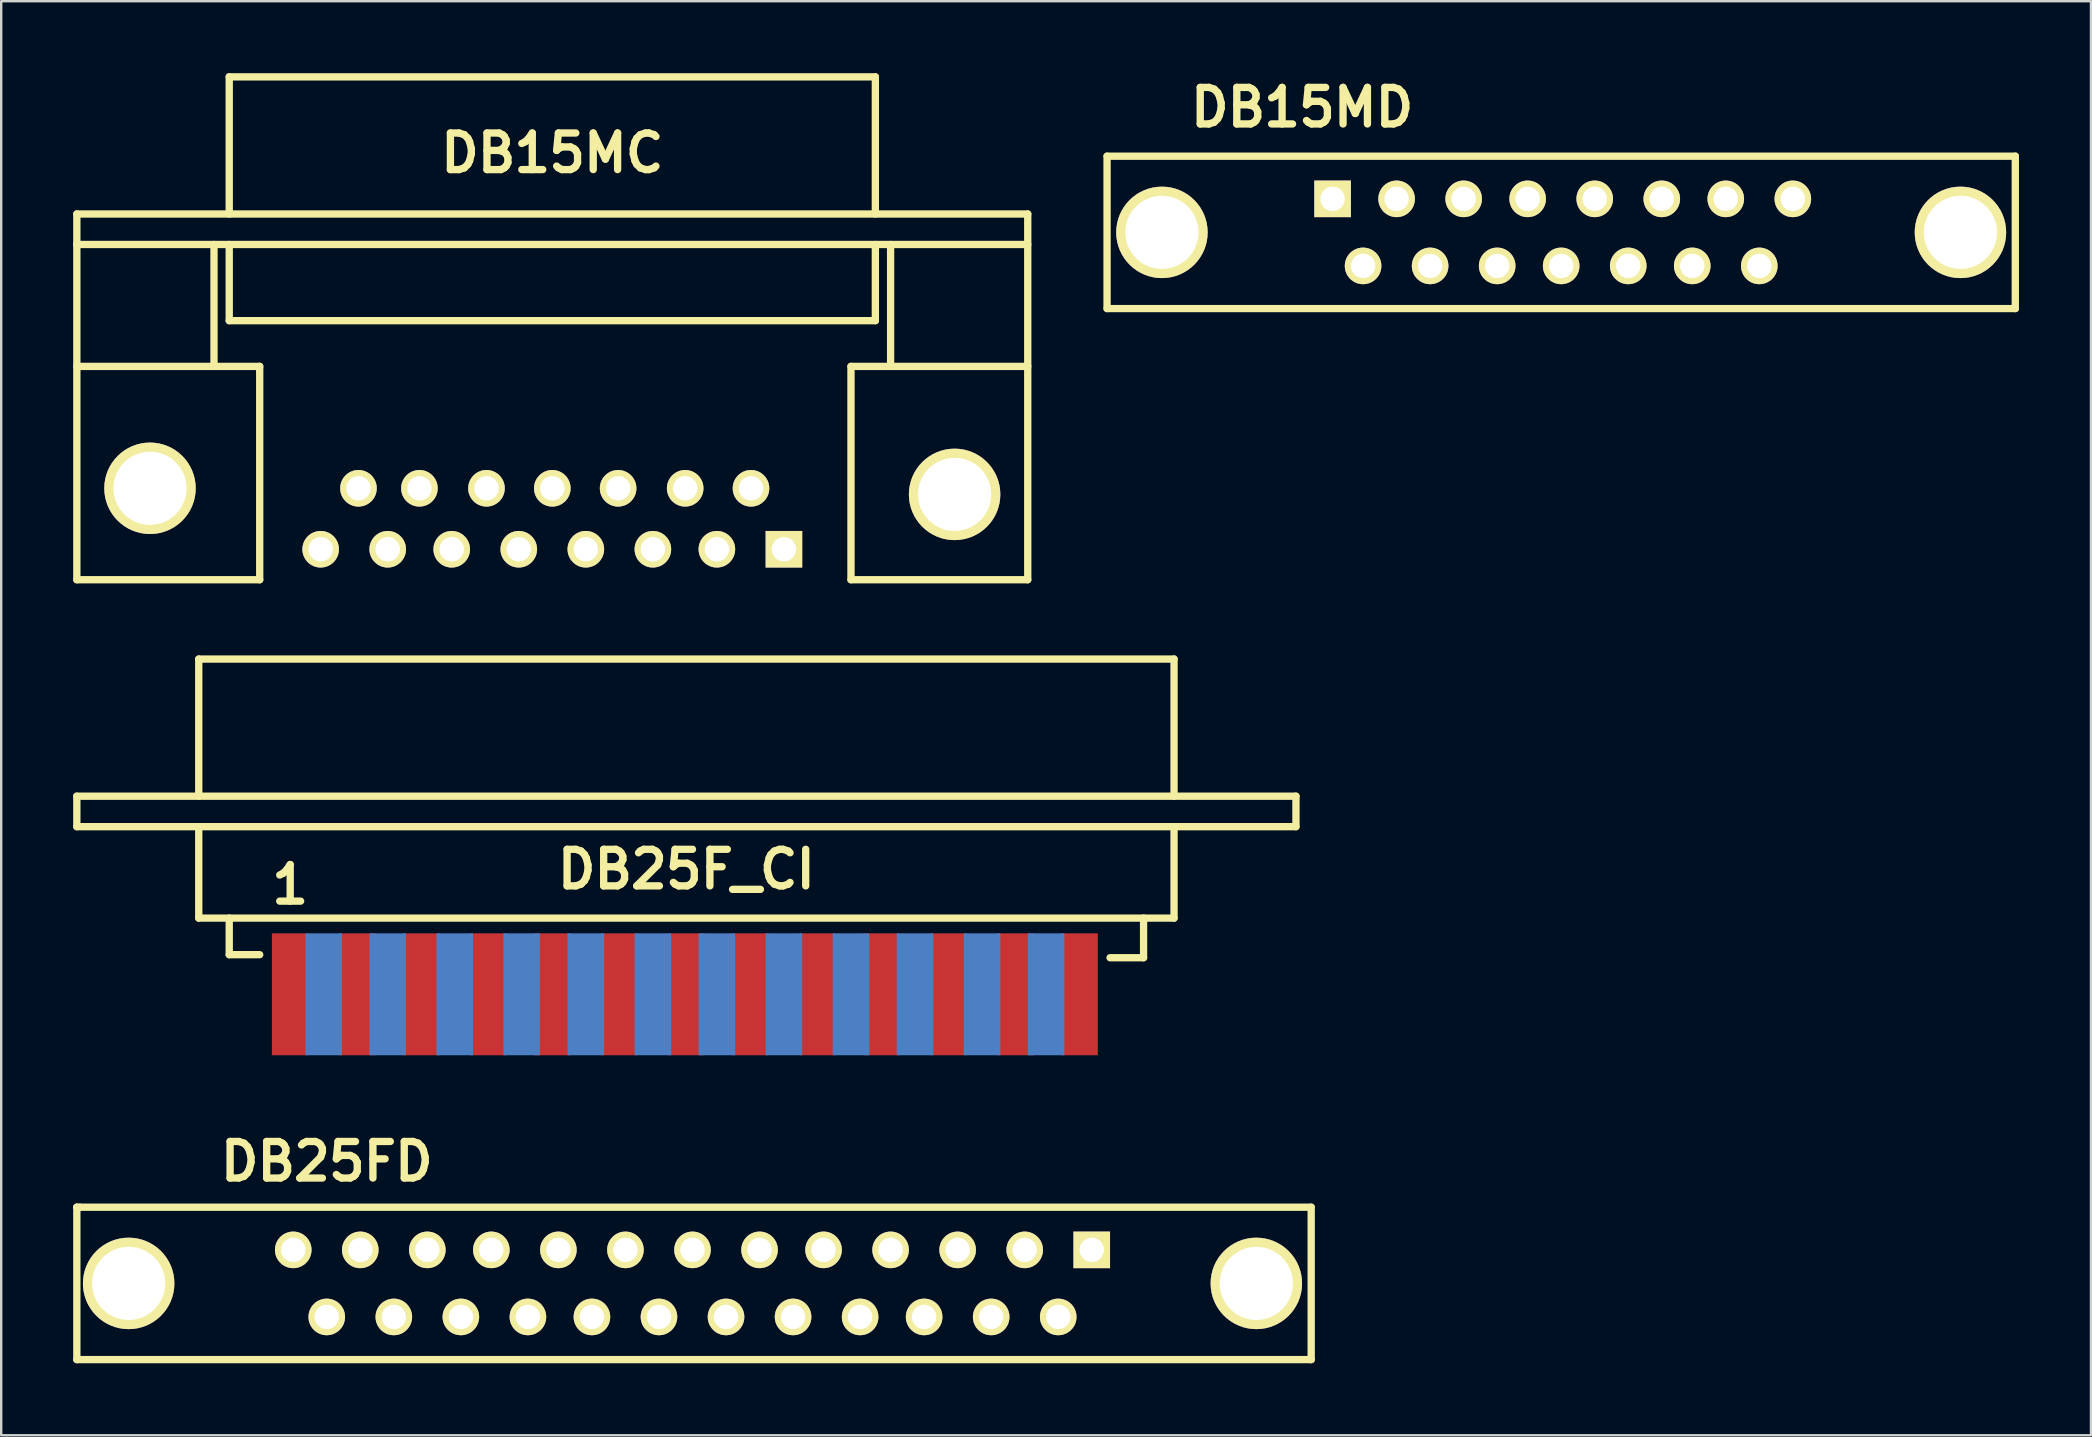
<source format=kicad_pcb>
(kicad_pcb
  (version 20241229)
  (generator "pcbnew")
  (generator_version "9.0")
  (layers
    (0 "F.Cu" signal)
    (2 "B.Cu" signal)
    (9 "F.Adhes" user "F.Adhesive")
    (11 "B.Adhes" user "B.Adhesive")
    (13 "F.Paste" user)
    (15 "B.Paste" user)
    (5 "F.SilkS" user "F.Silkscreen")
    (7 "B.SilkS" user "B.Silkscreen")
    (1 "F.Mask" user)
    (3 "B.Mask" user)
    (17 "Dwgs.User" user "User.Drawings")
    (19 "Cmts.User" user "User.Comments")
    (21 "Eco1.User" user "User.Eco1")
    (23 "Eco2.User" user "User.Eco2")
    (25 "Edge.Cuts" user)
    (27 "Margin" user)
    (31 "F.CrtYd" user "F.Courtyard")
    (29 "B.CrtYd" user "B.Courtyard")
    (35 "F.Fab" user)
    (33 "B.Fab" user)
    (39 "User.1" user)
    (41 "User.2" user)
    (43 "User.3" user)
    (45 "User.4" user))
  (footprint "DB25F_CI"
    (layer "F.Cu")
    (at 25.552 35.715)
    (property "Reference" "DB25F_CI" (at 0 -2.54 180) (layer "F.SilkS") (effects (font (size 1.524 1.524) (thickness 0.305))))
    (attr through_hole)
    (fp_line (start -25.4 -5.588) (end 25.4 -5.588) (stroke (width 0.305) (type solid)) (layer "F.SilkS"))
    (fp_line (start -25.4 -4.318) (end -25.4 -5.588) (stroke (width 0.305) (type solid)) (layer "F.SilkS"))
    (fp_line (start -20.32 -11.303) (end 20.32 -11.303) (stroke (width 0.305) (type solid)) (layer "F.SilkS"))
    (fp_line (start -20.32 -5.588) (end -20.32 -11.303) (stroke (width 0.305) (type solid)) (layer "F.SilkS"))
    (fp_line (start -20.32 -4.318) (end -25.4 -4.318) (stroke (width 0.305) (type solid)) (layer "F.SilkS"))
    (fp_line (start -20.32 -4.318) (end 20.32 -4.318) (stroke (width 0.305) (type solid)) (layer "F.SilkS"))
    (fp_line (start -20.32 -0.508) (end -20.32 -4.318) (stroke (width 0.305) (type solid)) (layer "F.SilkS"))
    (fp_line (start -19.05 -0.508) (end -19.05 1.016) (stroke (width 0.305) (type solid)) (layer "F.SilkS"))
    (fp_line (start -19.05 1.016) (end -17.78 1.016) (stroke (width 0.305) (type solid)) (layer "F.SilkS"))
    (fp_line (start 19.05 -0.508) (end 19.05 1.143) (stroke (width 0.305) (type solid)) (layer "F.SilkS"))
    (fp_line (start 19.05 1.143) (end 17.653 1.143) (stroke (width 0.305) (type solid)) (layer "F.SilkS"))
    (fp_line (start 20.32 -11.303) (end 20.32 -5.588) (stroke (width 0.305) (type solid)) (layer "F.SilkS"))
    (fp_line (start 20.32 -4.318) (end 20.32 -0.508) (stroke (width 0.305) (type solid)) (layer "F.SilkS"))
    (fp_line (start 20.32 -0.508) (end -20.32 -0.508) (stroke (width 0.305) (type solid)) (layer "F.SilkS"))
    (fp_line (start 25.4 -5.588) (end 25.4 -4.318) (stroke (width 0.305) (type solid)) (layer "F.SilkS"))
    (fp_line (start 25.4 -4.318) (end 20.32 -4.318) (stroke (width 0.305) (type solid)) (layer "F.SilkS"))
    (fp_text user "1" (at -16.51 -1.905 180) (layer "F.SilkS") (effects (font (size 1.524 1.524) (thickness 0.305))))
    (pad "1" connect rect (at -16.51 2.667 90) (size 5.08 1.524) (layers "F.Cu" "F.Mask"))
    (pad "2" connect rect (at -13.716 2.667 90) (size 5.08 1.524) (layers "F.Cu" "F.Mask"))
    (pad "3" connect rect (at -11.049 2.667 90) (size 5.08 1.524) (layers "F.Cu" "F.Mask"))
    (pad "4" connect rect (at -8.255 2.667 90) (size 5.08 1.524) (layers "F.Cu" "F.Mask"))
    (pad "5" connect rect (at -5.588 2.667 90) (size 5.08 1.524) (layers "F.Cu" "F.Mask"))
    (pad "6" connect rect (at -2.794 2.667 90) (size 5.08 1.524) (layers "F.Cu" "F.Mask"))
    (pad "7" connect rect (at 0 2.667 90) (size 5.08 1.524) (layers "F.Cu" "F.Mask"))
    (pad "8" connect rect (at 2.667 2.667 90) (size 5.08 1.524) (layers "F.Cu" "F.Mask"))
    (pad "9" connect rect (at 5.461 2.667 90) (size 5.08 1.524) (layers "F.Cu" "F.Mask"))
    (pad "10" connect rect (at 8.128 2.667 90) (size 5.08 1.524) (layers "F.Cu" "F.Mask"))
    (pad "11" connect rect (at 10.922 2.667 90) (size 5.08 1.524) (layers "F.Cu" "F.Mask"))
    (pad "12" connect rect (at 13.716 2.667 90) (size 5.08 1.524) (layers "F.Cu" "F.Mask"))
    (pad "13" connect rect (at 16.383 2.667 90) (size 5.08 1.524) (layers "F.Cu" "F.Mask"))
    (pad "14" connect rect (at -15.113 2.667 90) (size 5.08 1.524) (layers "B.Cu" "B.Mask"))
    (pad "15" connect rect (at -12.446 2.667 90) (size 5.08 1.524) (layers "B.Cu" "B.Mask"))
    (pad "16" connect rect (at -9.652 2.667 90) (size 5.08 1.524) (layers "B.Cu" "B.Mask"))
    (pad "17" connect rect (at -6.858 2.667 90) (size 5.08 1.524) (layers "B.Cu" "B.Mask"))
    (pad "18" connect rect (at -4.191 2.667 90) (size 5.08 1.524) (layers "B.Cu" "B.Mask"))
    (pad "19" connect rect (at -1.397 2.667 90) (size 5.08 1.524) (layers "B.Cu" "B.Mask"))
    (pad "20" connect rect (at 1.27 2.667 90) (size 5.08 1.524) (layers "B.Cu" "B.Mask"))
    (pad "21" connect rect (at 4.064 2.667 90) (size 5.08 1.524) (layers "B.Cu" "B.Mask"))
    (pad "22" connect rect (at 6.858 2.667 90) (size 5.08 1.524) (layers "B.Cu" "B.Mask"))
    (pad "23" connect rect (at 9.525 2.667 90) (size 5.08 1.524) (layers "B.Cu" "B.Mask"))
    (pad "24" connect rect (at 12.319 2.667 90) (size 5.08 1.524) (layers "B.Cu" "B.Mask"))
    (pad "25" connect rect (at 14.986 2.667 90) (size 5.08 1.524) (layers "B.Cu" "B.Mask")))
  (footprint "DB15MC"
    (layer "F.Cu")
    (at 19.964 18.567)
    (property "Reference" "DB15MC" (at 0 -15.24 0) (layer "F.SilkS") (effects (font (size 1.524 1.524) (thickness 0.305))))
    (attr through_hole)
    (fp_line (start -19.812 -12.7) (end -19.812 -11.43) (stroke (width 0.305) (type solid)) (layer "F.SilkS"))
    (fp_line (start -19.812 -6.35) (end -12.192 -6.35) (stroke (width 0.305) (type solid)) (layer "F.SilkS"))
    (fp_line (start -19.812 2.54) (end -19.812 -11.43) (stroke (width 0.305) (type solid)) (layer "F.SilkS"))
    (fp_line (start -19.812 2.54) (end -12.192 2.54) (stroke (width 0.305) (type solid)) (layer "F.SilkS"))
    (fp_line (start -14.097 -11.43) (end -14.097 -6.35) (stroke (width 0.305) (type solid)) (layer "F.SilkS"))
    (fp_line (start -13.462 -18.415) (end -13.462 -12.7) (stroke (width 0.305) (type solid)) (layer "F.SilkS"))
    (fp_line (start -13.462 -18.415) (end 13.462 -18.415) (stroke (width 0.305) (type solid)) (layer "F.SilkS"))
    (fp_line (start -13.462 -8.255) (end -13.462 -11.43) (stroke (width 0.305) (type solid)) (layer "F.SilkS"))
    (fp_line (start -12.192 -6.35) (end -12.192 2.54) (stroke (width 0.305) (type solid)) (layer "F.SilkS"))
    (fp_line (start 12.446 -6.35) (end 19.812 -6.35) (stroke (width 0.305) (type solid)) (layer "F.SilkS"))
    (fp_line (start 12.446 2.54) (end 12.446 -6.35) (stroke (width 0.305) (type solid)) (layer "F.SilkS"))
    (fp_line (start 13.462 -12.7) (end 13.462 -18.415) (stroke (width 0.305) (type solid)) (layer "F.SilkS"))
    (fp_line (start 13.462 -8.255) (end -13.462 -8.255) (stroke (width 0.305) (type solid)) (layer "F.SilkS"))
    (fp_line (start 13.462 -8.255) (end 13.462 -11.43) (stroke (width 0.305) (type solid)) (layer "F.SilkS"))
    (fp_line (start 14.097 -6.35) (end 14.097 -11.43) (stroke (width 0.305) (type solid)) (layer "F.SilkS"))
    (fp_line (start 19.812 -12.7) (end -19.812 -12.7) (stroke (width 0.305) (type solid)) (layer "F.SilkS"))
    (fp_line (start 19.812 -11.43) (end -19.812 -11.43) (stroke (width 0.305) (type solid)) (layer "F.SilkS"))
    (fp_line (start 19.812 2.54) (end 12.446 2.54) (stroke (width 0.305) (type solid)) (layer "F.SilkS"))
    (fp_line (start 19.812 2.54) (end 19.812 -12.7) (stroke (width 0.305) (type solid)) (layer "F.SilkS"))
    (pad "" thru_hole circle (at -16.764 -1.27) (size 3.81 3.81) (drill 3.048) (layers "*.Cu" "*.Mask" "F.SilkS"))
    (pad "" thru_hole circle (at 16.764 -1.016) (size 3.81 3.81) (drill 3.048) (layers "*.Cu" "*.Mask" "F.SilkS"))
    (pad "1" thru_hole rect (at 9.652 1.27) (size 1.524 1.524) (drill 1.016) (layers "*.Cu" "*.Mask" "F.SilkS"))
    (pad "2" thru_hole circle (at 6.858 1.27) (size 1.524 1.524) (drill 1.016) (layers "*.Cu" "*.Mask" "F.SilkS"))
    (pad "3" thru_hole circle (at 4.191 1.27) (size 1.524 1.524) (drill 1.016) (layers "*.Cu" "*.Mask" "F.SilkS"))
    (pad "4" thru_hole circle (at 1.397 1.27) (size 1.524 1.524) (drill 1.016) (layers "*.Cu" "*.Mask" "F.SilkS"))
    (pad "5" thru_hole circle (at -1.397 1.27) (size 1.524 1.524) (drill 1.016) (layers "*.Cu" "*.Mask" "F.SilkS"))
    (pad "6" thru_hole circle (at -4.191 1.27) (size 1.524 1.524) (drill 1.016) (layers "*.Cu" "*.Mask" "F.SilkS"))
    (pad "7" thru_hole circle (at -6.858 1.27) (size 1.524 1.524) (drill 1.016) (layers "*.Cu" "*.Mask" "F.SilkS"))
    (pad "8" thru_hole circle (at -9.652 1.27) (size 1.524 1.524) (drill 1.016) (layers "*.Cu" "*.Mask" "F.SilkS"))
    (pad "9" thru_hole circle (at 8.28 -1.27) (size 1.524 1.524) (drill 1.016) (layers "*.Cu" "*.Mask" "F.SilkS"))
    (pad "10" thru_hole circle (at 5.537 -1.27) (size 1.524 1.524) (drill 1.016) (layers "*.Cu" "*.Mask" "F.SilkS"))
    (pad "11" thru_hole circle (at 2.743 -1.27) (size 1.524 1.524) (drill 1.016) (layers "*.Cu" "*.Mask" "F.SilkS"))
    (pad "12" thru_hole circle (at 0 -1.27) (size 1.524 1.524) (drill 1.016) (layers "*.Cu" "*.Mask" "F.SilkS"))
    (pad "13" thru_hole circle (at -2.743 -1.27) (size 1.524 1.524) (drill 1.016) (layers "*.Cu" "*.Mask" "F.SilkS"))
    (pad "14" thru_hole circle (at -5.537 -1.27) (size 1.524 1.524) (drill 1.016) (layers "*.Cu" "*.Mask" "F.SilkS"))
    (pad "15" thru_hole circle (at -8.077 -1.27) (size 1.524 1.524) (drill 1.016) (layers "*.Cu" "*.Mask" "F.SilkS")))
  (footprint "DB15MD"
    (layer "F.Cu")
    (at 62.639 6.506)
    (property "Reference" "DB15MD" (at -11.43 -5.08 180) (layer "F.SilkS") (effects (font (size 1.524 1.524) (thickness 0.305))))
    (attr through_hole)
    (fp_line (start -19.558 -3.048) (end -19.558 3.302) (stroke (width 0.305) (type solid)) (layer "F.SilkS"))
    (fp_line (start -19.558 3.302) (end 18.288 3.302) (stroke (width 0.305) (type solid)) (layer "F.SilkS"))
    (fp_line (start 18.288 -3.048) (end -19.558 -3.048) (stroke (width 0.305) (type solid)) (layer "F.SilkS"))
    (fp_line (start 18.288 3.302) (end 18.288 -3.048) (stroke (width 0.305) (type solid)) (layer "F.SilkS"))
    (pad "0" thru_hole circle (at -17.272 0.127) (size 3.81 3.81) (drill 3.048) (layers "*.Cu" "*.Mask" "F.SilkS"))
    (pad "0" thru_hole circle (at 16.002 0.127) (size 3.81 3.81) (drill 3.048) (layers "*.Cu" "*.Mask" "F.SilkS"))
    (pad "1" thru_hole rect (at -10.16 -1.27) (size 1.524 1.524) (drill 1.016) (layers "*.Cu" "*.Mask" "F.SilkS"))
    (pad "2" thru_hole circle (at -7.493 -1.27) (size 1.524 1.524) (drill 1.016) (layers "*.Cu" "*.Mask" "F.SilkS"))
    (pad "3" thru_hole circle (at -4.699 -1.27) (size 1.524 1.524) (drill 1.016) (layers "*.Cu" "*.Mask" "F.SilkS"))
    (pad "4" thru_hole circle (at -2.032 -1.27) (size 1.524 1.524) (drill 1.016) (layers "*.Cu" "*.Mask" "F.SilkS"))
    (pad "5" thru_hole circle (at 0.762 -1.27) (size 1.524 1.524) (drill 1.016) (layers "*.Cu" "*.Mask" "F.SilkS"))
    (pad "6" thru_hole circle (at 3.556 -1.27) (size 1.524 1.524) (drill 1.016) (layers "*.Cu" "*.Mask" "F.SilkS"))
    (pad "7" thru_hole circle (at 6.223 -1.27) (size 1.524 1.524) (drill 1.016) (layers "*.Cu" "*.Mask" "F.SilkS"))
    (pad "8" thru_hole circle (at 9.017 -1.27) (size 1.524 1.524) (drill 1.016) (layers "*.Cu" "*.Mask" "F.SilkS"))
    (pad "9" thru_hole circle (at -8.89 1.524) (size 1.524 1.524) (drill 1.016) (layers "*.Cu" "*.Mask" "F.SilkS"))
    (pad "10" thru_hole circle (at -6.096 1.524) (size 1.524 1.524) (drill 1.016) (layers "*.Cu" "*.Mask" "F.SilkS"))
    (pad "11" thru_hole circle (at -3.302 1.524) (size 1.524 1.524) (drill 1.016) (layers "*.Cu" "*.Mask" "F.SilkS"))
    (pad "12" thru_hole circle (at -0.635 1.524) (size 1.524 1.524) (drill 1.016) (layers "*.Cu" "*.Mask" "F.SilkS"))
    (pad "13" thru_hole circle (at 2.159 1.524) (size 1.524 1.524) (drill 1.016) (layers "*.Cu" "*.Mask" "F.SilkS"))
    (pad "14" thru_hole circle (at 4.826 1.524) (size 1.524 1.524) (drill 1.016) (layers "*.Cu" "*.Mask" "F.SilkS"))
    (pad "15" thru_hole circle (at 7.62 1.524) (size 1.524 1.524) (drill 1.016) (layers "*.Cu" "*.Mask" "F.SilkS")))
  (footprint "DB25FD"
    (layer "F.Cu")
    (at 25.806 50.429)
    (property "Reference" "DB25FD" (at -15.24 -5.08 180) (layer "F.SilkS") (effects (font (size 1.524 1.524) (thickness 0.305))))
    (attr through_hole)
    (fp_line (start -25.654 -3.175) (end -25.654 -3.175) (stroke (width 0.305) (type solid)) (layer "F.SilkS"))
    (fp_line (start -25.654 -3.175) (end -25.654 3.175) (stroke (width 0.305) (type solid)) (layer "F.SilkS"))
    (fp_line (start -25.654 3.175) (end 25.781 3.175) (stroke (width 0.305) (type solid)) (layer "F.SilkS"))
    (fp_line (start -25.527 -3.175) (end -25.654 -3.175) (stroke (width 0.305) (type solid)) (layer "F.SilkS"))
    (fp_line (start 25.781 -3.175) (end -25.527 -3.175) (stroke (width 0.305) (type solid)) (layer "F.SilkS"))
    (fp_line (start 25.781 3.175) (end 25.781 -3.175) (stroke (width 0.305) (type solid)) (layer "F.SilkS"))
    (pad "0" thru_hole circle (at -23.495 0) (size 3.81 3.81) (drill 3.048) (layers "*.Cu" "*.Mask" "F.SilkS"))
    (pad "0" thru_hole circle (at 23.495 0) (size 3.81 3.81) (drill 3.048) (layers "*.Cu" "*.Mask" "F.SilkS"))
    (pad "1" thru_hole rect (at 16.637 -1.397) (size 1.524 1.524) (drill 1.016) (layers "*.Cu" "*.Mask" "F.SilkS"))
    (pad "2" thru_hole circle (at 13.843 -1.397) (size 1.524 1.524) (drill 1.016) (layers "*.Cu" "*.Mask" "F.SilkS"))
    (pad "3" thru_hole circle (at 11.049 -1.397) (size 1.524 1.524) (drill 1.016) (layers "*.Cu" "*.Mask" "F.SilkS"))
    (pad "4" thru_hole circle (at 8.255 -1.397) (size 1.524 1.524) (drill 1.016) (layers "*.Cu" "*.Mask" "F.SilkS"))
    (pad "5" thru_hole circle (at 5.461 -1.397) (size 1.524 1.524) (drill 1.016) (layers "*.Cu" "*.Mask" "F.SilkS"))
    (pad "6" thru_hole circle (at 2.794 -1.397) (size 1.524 1.524) (drill 1.016) (layers "*.Cu" "*.Mask" "F.SilkS"))
    (pad "7" thru_hole circle (at 0 -1.397) (size 1.524 1.524) (drill 1.016) (layers "*.Cu" "*.Mask" "F.SilkS"))
    (pad "8" thru_hole circle (at -2.794 -1.397) (size 1.524 1.524) (drill 1.016) (layers "*.Cu" "*.Mask" "F.SilkS"))
    (pad "9" thru_hole circle (at -5.588 -1.397) (size 1.524 1.524) (drill 1.016) (layers "*.Cu" "*.Mask" "F.SilkS"))
    (pad "10" thru_hole circle (at -8.382 -1.397) (size 1.524 1.524) (drill 1.016) (layers "*.Cu" "*.Mask" "F.SilkS"))
    (pad "11" thru_hole circle (at -11.049 -1.397) (size 1.524 1.524) (drill 1.016) (layers "*.Cu" "*.Mask" "F.SilkS"))
    (pad "12" thru_hole circle (at -13.843 -1.397) (size 1.524 1.524) (drill 1.016) (layers "*.Cu" "*.Mask" "F.SilkS"))
    (pad "13" thru_hole circle (at -16.637 -1.397) (size 1.524 1.524) (drill 1.016) (layers "*.Cu" "*.Mask" "F.SilkS"))
    (pad "14" thru_hole circle (at 15.24 1.397) (size 1.524 1.524) (drill 1.016) (layers "*.Cu" "*.Mask" "F.SilkS"))
    (pad "15" thru_hole circle (at 12.446 1.397) (size 1.524 1.524) (drill 1.016) (layers "*.Cu" "*.Mask" "F.SilkS"))
    (pad "16" thru_hole circle (at 9.652 1.397) (size 1.524 1.524) (drill 1.016) (layers "*.Cu" "*.Mask" "F.SilkS"))
    (pad "17" thru_hole circle (at 6.985 1.397) (size 1.524 1.524) (drill 1.016) (layers "*.Cu" "*.Mask" "F.SilkS"))
    (pad "18" thru_hole circle (at 4.191 1.397) (size 1.524 1.524) (drill 1.016) (layers "*.Cu" "*.Mask" "F.SilkS"))
    (pad "19" thru_hole circle (at 1.397 1.397) (size 1.524 1.524) (drill 1.016) (layers "*.Cu" "*.Mask" "F.SilkS"))
    (pad "20" thru_hole circle (at -1.397 1.397) (size 1.524 1.524) (drill 1.016) (layers "*.Cu" "*.Mask" "F.SilkS"))
    (pad "21" thru_hole circle (at -4.191 1.397) (size 1.524 1.524) (drill 1.016) (layers "*.Cu" "*.Mask" "F.SilkS"))
    (pad "22" thru_hole circle (at -6.858 1.397) (size 1.524 1.524) (drill 1.016) (layers "*.Cu" "*.Mask" "F.SilkS"))
    (pad "23" thru_hole circle (at -9.652 1.397) (size 1.524 1.524) (drill 1.016) (layers "*.Cu" "*.Mask" "F.SilkS"))
    (pad "24" thru_hole circle (at -12.446 1.397) (size 1.524 1.524) (drill 1.016) (layers "*.Cu" "*.Mask" "F.SilkS"))
    (pad "25" thru_hole circle (at -15.24 1.397) (size 1.524 1.524) (drill 1.016) (layers "*.Cu" "*.Mask" "F.SilkS")))
  (gr_rect
    (start -3 -3)
    (end 84.08 56.756)
    (stroke (width 0.1) (type default))
    (fill no)
    (layer "Edge.Cuts")))
</source>
